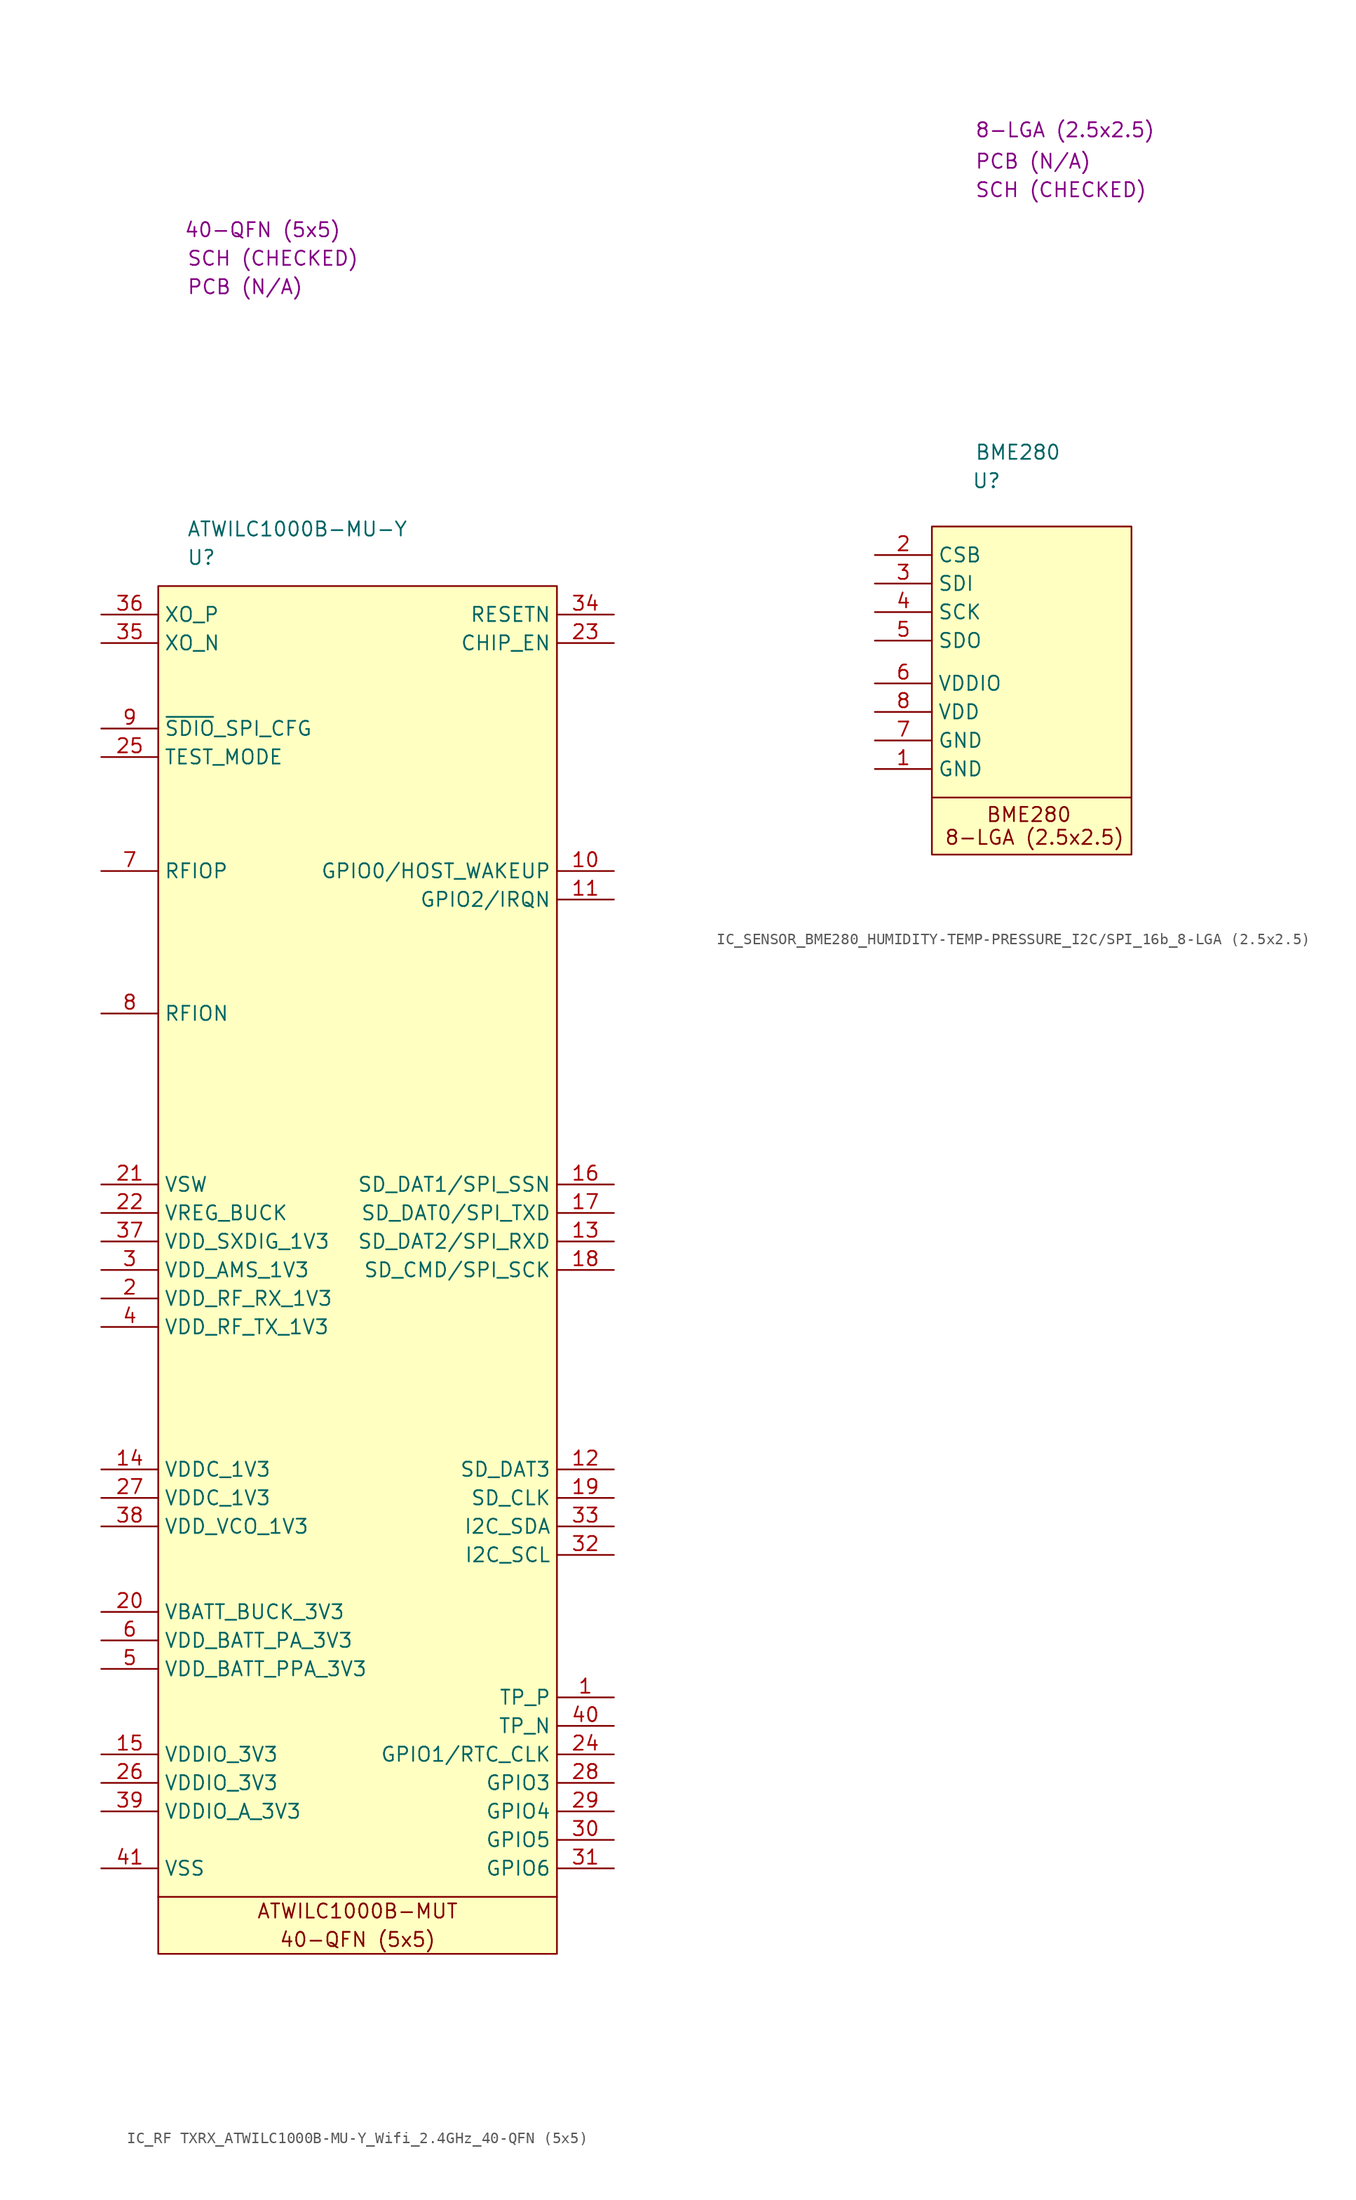
<source format=kicad_sym>
(kicad_symbol_lib
  (version 20231120)
  (generator "kicad_symbol_editor")
  (generator_version "8.0")
  (symbol "IC_RF TXRX_ATWILC1000B-MU-Y_Wifi_2.4GHz_40-QFN (5x5)"
    (property "Reference" "U"
      (at 2.54 2.54 0)
      (effects (font (size 1.27 1.27)) (justify left)))
    (property "Value" "ATWILC1000B-MU-Y"
      (at 2.54 5.08 0)
      (effects (font (size 1.27 1.27)) (justify left)))
    (property "SCH CHECK" "SCH (CHECKED)"
      (at 2.54 29.21 0)
      (effects (font (size 1.27 1.27)) (justify left)))
    (property "Package" "40-QFN (5x5)"
      (at 2.286 31.75 0)
      (effects (font (size 1.27 1.27)) (justify left)))
    (property "PCB CHECk" "PCB (N/A)"
      (at 2.54 26.67 0)
      (effects (font (size 1.27 1.27)) (justify left)))
    (symbol "IC_RF TXRX_ATWILC1000B-MU-Y_Wifi_2.4GHz_40-QFN (5x5)_0_0"
      (text "40-QFN (5x5)" (at 17.78 -120.65 0) (effects (font (size 1.27 1.27))))
      (text "ATWILC1000B-MUT" (at 17.78 -118.11 0) (effects (font (size 1.27 1.27)))))
    (symbol "IC_RF TXRX_ATWILC1000B-MU-Y_Wifi_2.4GHz_40-QFN (5x5)_0_1"
      (polyline (pts (xy 0 -116.84) (xy 35.56 -116.84)) (stroke (width 0) (type default)) (fill (type none)))
      (rectangle (start 0 0) (end 35.56 -121.92) (stroke (width 0) (type default)) (fill (type background))))
    (symbol "IC_RF TXRX_ATWILC1000B-MU-Y_Wifi_2.4GHz_40-QFN (5x5)_1_1"
      (pin passive line (at 40.64 -99.06 180) (length 5.08) (name "TP_P" (effects (font (size 1.27 1.27)))) (number "1" (effects (font (size 1.27 1.27)))))
      (pin passive line (at 40.64 -25.4 180) (length 5.08) (name "GPIO0/HOST_WAKEUP" (effects (font (size 1.27 1.27)))) (number "10" (effects (font (size 1.27 1.27)))))
      (pin passive line (at 40.64 -27.94 180) (length 5.08) (name "GPIO2/IRQN" (effects (font (size 1.27 1.27)))) (number "11" (effects (font (size 1.27 1.27)))))
      (pin passive line (at 40.64 -78.74 180) (length 5.08) (name "SD_DAT3" (effects (font (size 1.27 1.27)))) (number "12" (effects (font (size 1.27 1.27)))))
      (pin passive line (at 40.64 -58.42 180) (length 5.08) (name "SD_DAT2/SPI_RXD" (effects (font (size 1.27 1.27)))) (number "13" (effects (font (size 1.27 1.27)))))
      (pin passive line (at -5.08 -78.74 0) (length 5.08) (name "VDDC_1V3" (effects (font (size 1.27 1.27)))) (number "14" (effects (font (size 1.27 1.27)))))
      (pin passive line (at -5.08 -104.14 0) (length 5.08) (name "VDDIO_3V3" (effects (font (size 1.27 1.27)))) (number "15" (effects (font (size 1.27 1.27)))))
      (pin passive line (at 40.64 -53.34 180) (length 5.08) (name "SD_DAT1/SPI_SSN" (effects (font (size 1.27 1.27)))) (number "16" (effects (font (size 1.27 1.27)))))
      (pin passive line (at 40.64 -55.88 180) (length 5.08) (name "SD_DAT0/SPI_TXD" (effects (font (size 1.27 1.27)))) (number "17" (effects (font (size 1.27 1.27)))))
      (pin passive line (at 40.64 -60.96 180) (length 5.08) (name "SD_CMD/SPI_SCK" (effects (font (size 1.27 1.27)))) (number "18" (effects (font (size 1.27 1.27)))))
      (pin passive line (at 40.64 -81.28 180) (length 5.08) (name "SD_CLK" (effects (font (size 1.27 1.27)))) (number "19" (effects (font (size 1.27 1.27)))))
      (pin passive line (at -5.08 -63.5 0) (length 5.08) (name "VDD_RF_RX_1V3" (effects (font (size 1.27 1.27)))) (number "2" (effects (font (size 1.27 1.27)))))
      (pin passive line (at -5.08 -91.44 0) (length 5.08) (name "VBATT_BUCK_3V3" (effects (font (size 1.27 1.27)))) (number "20" (effects (font (size 1.27 1.27)))))
      (pin passive line (at -5.08 -53.34 0) (length 5.08) (name "VSW" (effects (font (size 1.27 1.27)))) (number "21" (effects (font (size 1.27 1.27)))))
      (pin passive line (at -5.08 -55.88 0) (length 5.08) (name "VREG_BUCK" (effects (font (size 1.27 1.27)))) (number "22" (effects (font (size 1.27 1.27)))))
      (pin passive line (at 40.64 -5.08 180) (length 5.08) (name "CHIP_EN" (effects (font (size 1.27 1.27)))) (number "23" (effects (font (size 1.27 1.27)))))
      (pin passive line (at 40.64 -104.14 180) (length 5.08) (name "GPIO1/RTC_CLK" (effects (font (size 1.27 1.27)))) (number "24" (effects (font (size 1.27 1.27)))))
      (pin passive line (at -5.08 -15.24 0) (length 5.08) (name "TEST_MODE" (effects (font (size 1.27 1.27)))) (number "25" (effects (font (size 1.27 1.27)))))
      (pin passive line (at -5.08 -106.68 0) (length 5.08) (name "VDDIO_3V3" (effects (font (size 1.27 1.27)))) (number "26" (effects (font (size 1.27 1.27)))))
      (pin passive line (at -5.08 -81.28 0) (length 5.08) (name "VDDC_1V3" (effects (font (size 1.27 1.27)))) (number "27" (effects (font (size 1.27 1.27)))))
      (pin passive line (at 40.64 -106.68 180) (length 5.08) (name "GPIO3" (effects (font (size 1.27 1.27)))) (number "28" (effects (font (size 1.27 1.27)))))
      (pin passive line (at 40.64 -109.22 180) (length 5.08) (name "GPIO4" (effects (font (size 1.27 1.27)))) (number "29" (effects (font (size 1.27 1.27)))))
      (pin passive line (at -5.08 -60.96 0) (length 5.08) (name "VDD_AMS_1V3" (effects (font (size 1.27 1.27)))) (number "3" (effects (font (size 1.27 1.27)))))
      (pin passive line (at 40.64 -111.76 180) (length 5.08) (name "GPIO5" (effects (font (size 1.27 1.27)))) (number "30" (effects (font (size 1.27 1.27)))))
      (pin passive line (at 40.64 -114.3 180) (length 5.08) (name "GPIO6" (effects (font (size 1.27 1.27)))) (number "31" (effects (font (size 1.27 1.27)))))
      (pin passive line (at 40.64 -86.36 180) (length 5.08) (name "I2C_SCL" (effects (font (size 1.27 1.27)))) (number "32" (effects (font (size 1.27 1.27)))))
      (pin passive line (at 40.64 -83.82 180) (length 5.08) (name "I2C_SDA" (effects (font (size 1.27 1.27)))) (number "33" (effects (font (size 1.27 1.27)))))
      (pin passive line (at 40.64 -2.54 180) (length 5.08) (name "RESETN" (effects (font (size 1.27 1.27)))) (number "34" (effects (font (size 1.27 1.27)))))
      (pin passive line (at -5.08 -5.08 0) (length 5.08) (name "XO_N" (effects (font (size 1.27 1.27)))) (number "35" (effects (font (size 1.27 1.27)))))
      (pin passive line (at -5.08 -2.54 0) (length 5.08) (name "XO_P" (effects (font (size 1.27 1.27)))) (number "36" (effects (font (size 1.27 1.27)))))
      (pin passive line (at -5.08 -58.42 0) (length 5.08) (name "VDD_SXDIG_1V3" (effects (font (size 1.27 1.27)))) (number "37" (effects (font (size 1.27 1.27)))))
      (pin passive line (at -5.08 -83.82 0) (length 5.08) (name "VDD_VCO_1V3" (effects (font (size 1.27 1.27)))) (number "38" (effects (font (size 1.27 1.27)))))
      (pin passive line (at -5.08 -109.22 0) (length 5.08) (name "VDDIO_A_3V3" (effects (font (size 1.27 1.27)))) (number "39" (effects (font (size 1.27 1.27)))))
      (pin passive line (at -5.08 -66.04 0) (length 5.08) (name "VDD_RF_TX_1V3" (effects (font (size 1.27 1.27)))) (number "4" (effects (font (size 1.27 1.27)))))
      (pin passive line (at 40.64 -101.6 180) (length 5.08) (name "TP_N" (effects (font (size 1.27 1.27)))) (number "40" (effects (font (size 1.27 1.27)))))
      (pin passive line (at -5.08 -114.3 0) (length 5.08) (name "VSS" (effects (font (size 1.27 1.27)))) (number "41" (effects (font (size 1.27 1.27)))))
      (pin passive line (at -5.08 -96.52 0) (length 5.08) (name "VDD_BATT_PPA_3V3" (effects (font (size 1.27 1.27)))) (number "5" (effects (font (size 1.27 1.27)))))
      (pin passive line (at -5.08 -93.98 0) (length 5.08) (name "VDD_BATT_PA_3V3" (effects (font (size 1.27 1.27)))) (number "6" (effects (font (size 1.27 1.27)))))
      (pin passive line (at -5.08 -25.4 0) (length 5.08) (name "RFIOP" (effects (font (size 1.27 1.27)))) (number "7" (effects (font (size 1.27 1.27)))))
      (pin passive line (at -5.08 -38.1 0) (length 5.08) (name "RFION" (effects (font (size 1.27 1.27)))) (number "8" (effects (font (size 1.27 1.27)))))
      (pin passive line (at -5.08 -12.7 0) (length 5.08) (name "~{SDIO}_SPI_CFG" (effects (font (size 1.27 1.27)))) (number "9" (effects (font (size 1.27 1.27)))))))
  (symbol "IC_SENSOR_BME280_HUMIDITY-TEMP-PRESSURE_I2C/SPI_16b_8-LGA (2.5x2.5)"
    (property "Reference" "U"
      (at 3.556 4.064 0)
      (effects (font (size 1.27 1.27)) (justify left)))
    (property "Value" "BME280"
      (at 3.81 6.604 0)
      (effects (font (size 1.27 1.27)) (justify left)))
    (property "Package" "8-LGA (2.5x2.5)"
      (at 3.81 35.306 0)
      (effects (font (size 1.27 1.27)) (justify left)))
    (property "SCH CHECK" "SCH (CHECKED)"
      (at 3.81 29.972 0)
      (effects (font (size 1.27 1.27)) (justify left)))
    (property "PCB CHECK" "PCB (N/A)"
      (at 3.81 32.512 0)
      (effects (font (size 1.27 1.27)) (justify left)))
    (symbol "IC_SENSOR_BME280_HUMIDITY-TEMP-PRESSURE_I2C/SPI_16b_8-LGA (2.5x2.5)_1_1"
      (polyline (pts (xy 0 -24.13) (xy 17.78 -24.13)) (stroke (width 0) (type default)) (fill (type none)))
      (rectangle (start 0 0) (end 17.78 -29.21) (stroke (width 0) (type default)) (fill (type background)))
      (text "8-LGA (2.5x2.5)" (at 9.144 -27.686 0) (effects (font (size 1.27 1.27))))
      (text "BME280" (at 8.636 -25.654 0) (effects (font (size 1.27 1.27))))
      (pin passive line (at -5.08 -21.59 0) (length 5.08) (name "GND" (effects (font (size 1.27 1.27)))) (number "1" (effects (font (size 1.27 1.27)))))
      (pin passive line (at -5.08 -2.54 0) (length 5.08) (name "CSB" (effects (font (size 1.27 1.27)))) (number "2" (effects (font (size 1.27 1.27)))))
      (pin passive line (at -5.08 -5.08 0) (length 5.08) (name "SDI" (effects (font (size 1.27 1.27)))) (number "3" (effects (font (size 1.27 1.27)))))
      (pin passive line (at -5.08 -7.62 0) (length 5.08) (name "SCK" (effects (font (size 1.27 1.27)))) (number "4" (effects (font (size 1.27 1.27)))))
      (pin passive line (at -5.08 -10.16 0) (length 5.08) (name "SDO" (effects (font (size 1.27 1.27)))) (number "5" (effects (font (size 1.27 1.27)))))
      (pin passive line (at -5.08 -13.97 0) (length 5.08) (name "VDDIO" (effects (font (size 1.27 1.27)))) (number "6" (effects (font (size 1.27 1.27)))))
      (pin passive line (at -5.08 -19.05 0) (length 5.08) (name "GND" (effects (font (size 1.27 1.27)))) (number "7" (effects (font (size 1.27 1.27)))))
      (pin passive line (at -5.08 -16.51 0) (length 5.08) (name "VDD" (effects (font (size 1.27 1.27)))) (number "8" (effects (font (size 1.27 1.27))))))))
</source>
